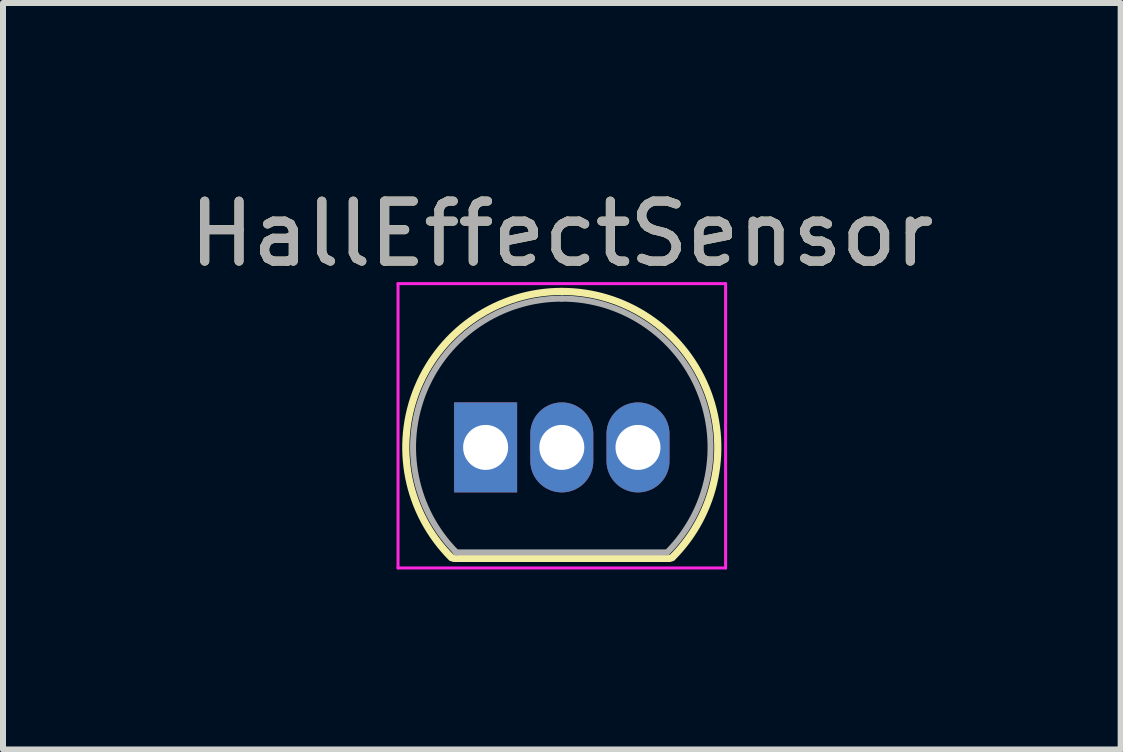
<source format=kicad_pcb>
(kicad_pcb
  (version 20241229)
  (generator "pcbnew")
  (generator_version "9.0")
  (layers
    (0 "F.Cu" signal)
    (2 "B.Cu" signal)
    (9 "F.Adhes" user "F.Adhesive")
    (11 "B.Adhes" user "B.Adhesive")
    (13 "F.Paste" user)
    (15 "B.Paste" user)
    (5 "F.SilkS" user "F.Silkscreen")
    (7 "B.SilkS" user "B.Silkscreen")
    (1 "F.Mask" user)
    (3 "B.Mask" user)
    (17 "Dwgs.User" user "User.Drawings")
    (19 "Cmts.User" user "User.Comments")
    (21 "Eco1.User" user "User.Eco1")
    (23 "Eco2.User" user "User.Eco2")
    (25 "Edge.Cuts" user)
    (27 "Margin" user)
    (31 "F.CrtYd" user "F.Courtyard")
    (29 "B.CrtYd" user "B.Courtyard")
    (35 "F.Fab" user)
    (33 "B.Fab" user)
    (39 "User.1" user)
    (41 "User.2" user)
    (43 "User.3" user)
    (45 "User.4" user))
  (footprint "HallEffectSensor"
    (layer "F.Cu")
    (at 5.045 4.408)
    (property "Reference" "HallEffectSensor" (at 1.27 -3.56 0) (layer "F.SilkS") (effects (font (size 1 1) (thickness 0.15))))
    (attr through_hole)
    (fp_line (start -0.53 1.85) (end 3.07 1.85) (stroke (width 0.12) (type solid)) (layer "F.SilkS"))
    (fp_arc (start -0.568478 1.838478) (mid -1.132087 -0.994977) (end 1.27 -2.6) (stroke (width 0.12) (type solid)) (layer "F.SilkS"))
    (fp_arc (start 1.27 -2.6) (mid 3.672087 -0.994977) (end 3.108478 1.838478) (stroke (width 0.12) (type solid)) (layer "F.SilkS"))
    (fp_line (start -1.46 -2.73) (end -1.46 2.01) (stroke (width 0.05) (type solid)) (layer "F.CrtYd"))
    (fp_line (start -1.46 -2.73) (end 4 -2.73) (stroke (width 0.05) (type solid)) (layer "F.CrtYd"))
    (fp_line (start 4 2.01) (end -1.46 2.01) (stroke (width 0.05) (type solid)) (layer "F.CrtYd"))
    (fp_line (start 4 2.01) (end 4 -2.73) (stroke (width 0.05) (type solid)) (layer "F.CrtYd"))
    (fp_line (start -0.5 1.75) (end 3 1.75) (stroke (width 0.1) (type solid)) (layer "F.Fab"))
    (fp_arc (start -0.483625 1.753625) (mid -1.021221 -0.949055) (end 1.27 -2.48) (stroke (width 0.1) (type solid)) (layer "F.Fab"))
    (fp_arc (start 1.27 -2.48) (mid 3.561221 -0.949055) (end 3.023625 1.753625) (stroke (width 0.1) (type solid)) (layer "F.Fab"))
    (fp_text user "${REFERENCE}" (at 1.27 -3.56 0) (layer "F.Fab") (effects (font (size 1 1) (thickness 0.15))))
    (pad "1" thru_hole rect (at 0 0) (size 1.05 1.5) (drill 0.75) (layers "*.Cu" "*.Mask"))
    (pad "2" thru_hole oval (at 2.54 0) (size 1.05 1.5) (drill 0.75) (layers "*.Cu" "*.Mask"))
    (pad "3" thru_hole oval (at 1.27 0) (size 1.05 1.5) (drill 0.75) (layers "*.Cu" "*.Mask")))
  (gr_rect
    (start -3 -3)
    (end 15.631 9.443)
    (stroke (width 0.1) (type default))
    (fill no)
    (layer "Edge.Cuts")))
</source>
